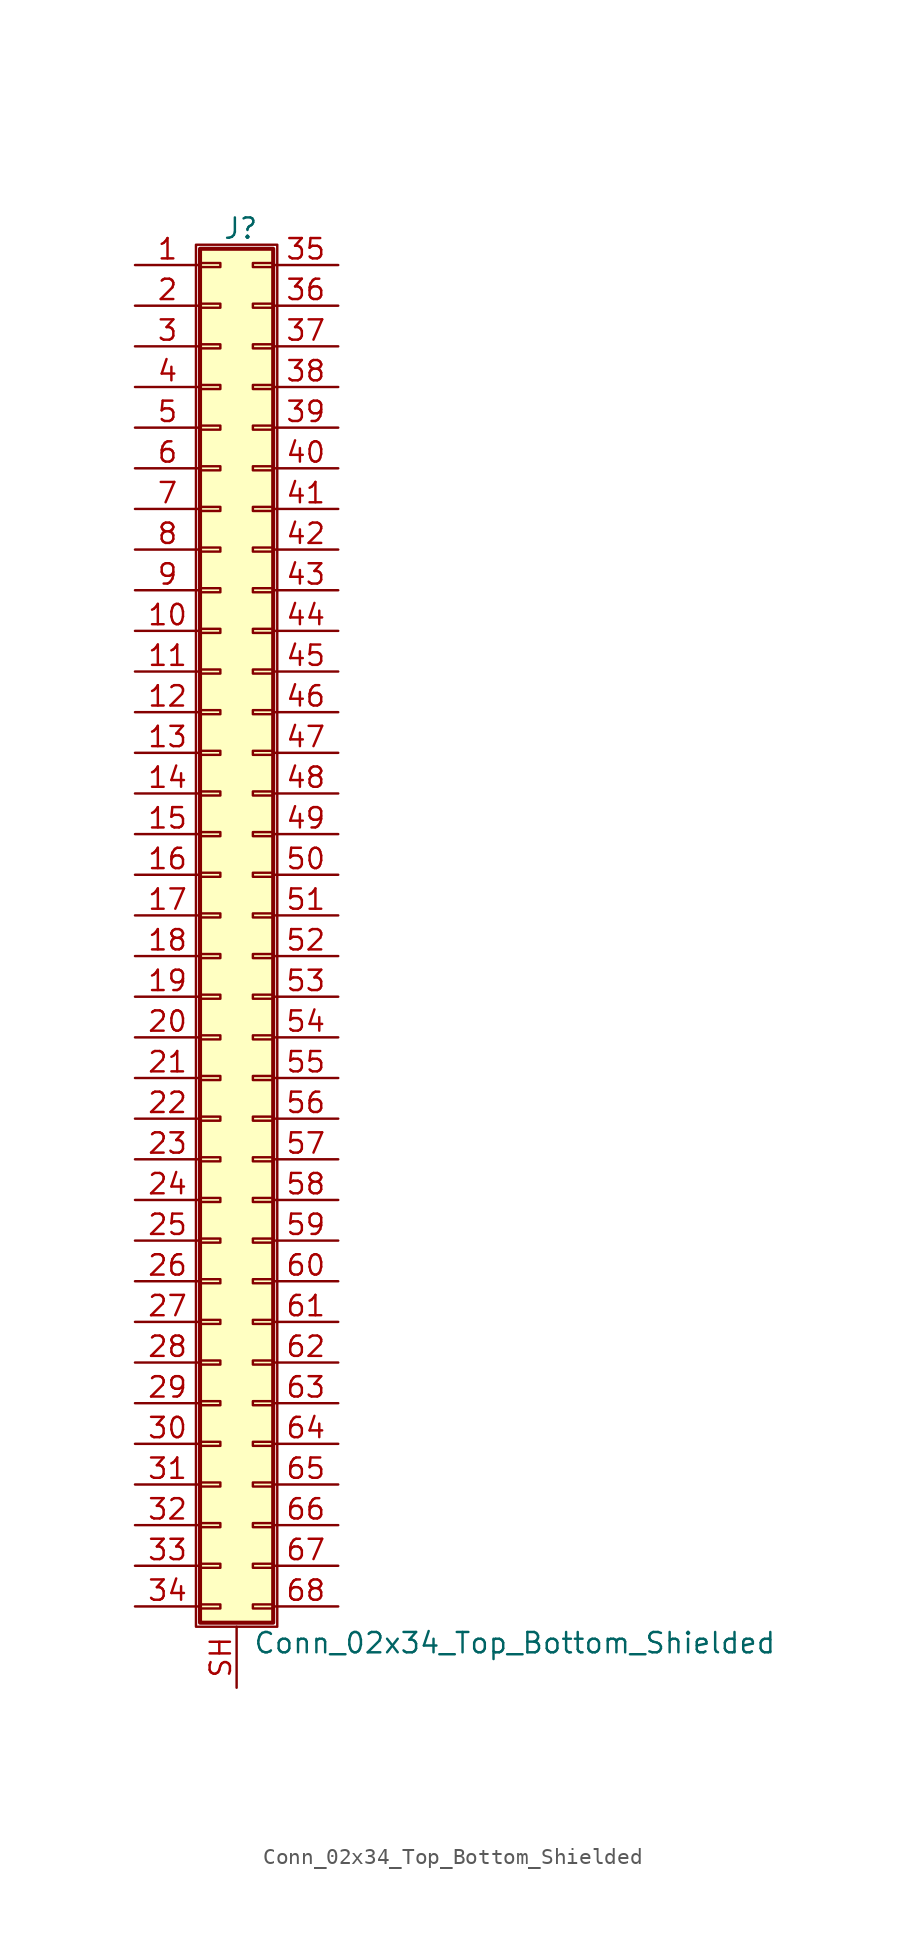
<source format=kicad_sym>
(kicad_symbol_lib
  (version 20211014)
  (generator kicad_symbol_editor)
  (symbol "Conn_02x34_Top_Bottom_Shielded"
    (pin_names
      (offset 1.016) hide)
    (property "Reference" "J"
      (at 1.524 42.926 0)
      (effects (font (size 1.27 1.27))))
    (property "Value" "Conn_02x34_Top_Bottom_Shielded"
      (at 2.286 -45.466 0)
      (effects (font (size 1.27 1.27)) (justify left)))
    (symbol "Conn_02x34_Top_Bottom_Shielded_1_1"
      (rectangle (start -1.27 41.91) (end 3.81 -44.45) (stroke (width 0.152) (type default) (color 0 0 0 0)) (fill (type none)))
      (rectangle (start -1.016 -43.053) (end 0.254 -43.307) (stroke (width 0.152) (type default) (color 0 0 0 0)) (fill (type none)))
      (rectangle (start -1.016 -40.513) (end 0.254 -40.767) (stroke (width 0.152) (type default) (color 0 0 0 0)) (fill (type none)))
      (rectangle (start -1.016 -37.973) (end 0.254 -38.227) (stroke (width 0.152) (type default) (color 0 0 0 0)) (fill (type none)))
      (rectangle (start -1.016 -35.433) (end 0.254 -35.687) (stroke (width 0.152) (type default) (color 0 0 0 0)) (fill (type none)))
      (rectangle (start -1.016 -32.893) (end 0.254 -33.147) (stroke (width 0.152) (type default) (color 0 0 0 0)) (fill (type none)))
      (rectangle (start -1.016 -30.353) (end 0.254 -30.607) (stroke (width 0.152) (type default) (color 0 0 0 0)) (fill (type none)))
      (rectangle (start -1.016 -27.813) (end 0.254 -28.067) (stroke (width 0.152) (type default) (color 0 0 0 0)) (fill (type none)))
      (rectangle (start -1.016 -25.273) (end 0.254 -25.527) (stroke (width 0.152) (type default) (color 0 0 0 0)) (fill (type none)))
      (rectangle (start -1.016 -22.733) (end 0.254 -22.987) (stroke (width 0.152) (type default) (color 0 0 0 0)) (fill (type none)))
      (rectangle (start -1.016 -20.193) (end 0.254 -20.447) (stroke (width 0.152) (type default) (color 0 0 0 0)) (fill (type none)))
      (rectangle (start -1.016 -17.653) (end 0.254 -17.907) (stroke (width 0.152) (type default) (color 0 0 0 0)) (fill (type none)))
      (rectangle (start -1.016 -15.113) (end 0.254 -15.367) (stroke (width 0.152) (type default) (color 0 0 0 0)) (fill (type none)))
      (rectangle (start -1.016 -12.573) (end 0.254 -12.827) (stroke (width 0.152) (type default) (color 0 0 0 0)) (fill (type none)))
      (rectangle (start -1.016 -10.033) (end 0.254 -10.287) (stroke (width 0.152) (type default) (color 0 0 0 0)) (fill (type none)))
      (rectangle (start -1.016 -7.493) (end 0.254 -7.747) (stroke (width 0.152) (type default) (color 0 0 0 0)) (fill (type none)))
      (rectangle (start -1.016 -4.953) (end 0.254 -5.207) (stroke (width 0.152) (type default) (color 0 0 0 0)) (fill (type none)))
      (rectangle (start -1.016 -2.413) (end 0.254 -2.667) (stroke (width 0.152) (type default) (color 0 0 0 0)) (fill (type none)))
      (rectangle (start -1.016 0.127) (end 0.254 -0.127) (stroke (width 0.152) (type default) (color 0 0 0 0)) (fill (type none)))
      (rectangle (start -1.016 2.667) (end 0.254 2.413) (stroke (width 0.152) (type default) (color 0 0 0 0)) (fill (type none)))
      (rectangle (start -1.016 5.207) (end 0.254 4.953) (stroke (width 0.152) (type default) (color 0 0 0 0)) (fill (type none)))
      (rectangle (start -1.016 7.747) (end 0.254 7.493) (stroke (width 0.152) (type default) (color 0 0 0 0)) (fill (type none)))
      (rectangle (start -1.016 10.287) (end 0.254 10.033) (stroke (width 0.152) (type default) (color 0 0 0 0)) (fill (type none)))
      (rectangle (start -1.016 12.827) (end 0.254 12.573) (stroke (width 0.152) (type default) (color 0 0 0 0)) (fill (type none)))
      (rectangle (start -1.016 15.367) (end 0.254 15.113) (stroke (width 0.152) (type default) (color 0 0 0 0)) (fill (type none)))
      (rectangle (start -1.016 17.907) (end 0.254 17.653) (stroke (width 0.152) (type default) (color 0 0 0 0)) (fill (type none)))
      (rectangle (start -1.016 20.447) (end 0.254 20.193) (stroke (width 0.152) (type default) (color 0 0 0 0)) (fill (type none)))
      (rectangle (start -1.016 22.987) (end 0.254 22.733) (stroke (width 0.152) (type default) (color 0 0 0 0)) (fill (type none)))
      (rectangle (start -1.016 25.527) (end 0.254 25.273) (stroke (width 0.152) (type default) (color 0 0 0 0)) (fill (type none)))
      (rectangle (start -1.016 28.067) (end 0.254 27.813) (stroke (width 0.152) (type default) (color 0 0 0 0)) (fill (type none)))
      (rectangle (start -1.016 30.607) (end 0.254 30.353) (stroke (width 0.152) (type default) (color 0 0 0 0)) (fill (type none)))
      (rectangle (start -1.016 33.147) (end 0.254 32.893) (stroke (width 0.152) (type default) (color 0 0 0 0)) (fill (type none)))
      (rectangle (start -1.016 35.687) (end 0.254 35.433) (stroke (width 0.152) (type default) (color 0 0 0 0)) (fill (type none)))
      (rectangle (start -1.016 38.227) (end 0.254 37.973) (stroke (width 0.152) (type default) (color 0 0 0 0)) (fill (type none)))
      (rectangle (start -1.016 40.767) (end 0.254 40.513) (stroke (width 0.152) (type default) (color 0 0 0 0)) (fill (type none)))
      (rectangle (start -1.016 41.656) (end 3.556 -44.196) (stroke (width 0.254) (type default) (color 0 0 0 0)) (fill (type background)))
      (rectangle (start 3.556 -43.053) (end 2.286 -43.307) (stroke (width 0.152) (type default) (color 0 0 0 0)) (fill (type none)))
      (rectangle (start 3.556 -40.513) (end 2.286 -40.767) (stroke (width 0.152) (type default) (color 0 0 0 0)) (fill (type none)))
      (rectangle (start 3.556 -37.973) (end 2.286 -38.227) (stroke (width 0.152) (type default) (color 0 0 0 0)) (fill (type none)))
      (rectangle (start 3.556 -35.433) (end 2.286 -35.687) (stroke (width 0.152) (type default) (color 0 0 0 0)) (fill (type none)))
      (rectangle (start 3.556 -32.893) (end 2.286 -33.147) (stroke (width 0.152) (type default) (color 0 0 0 0)) (fill (type none)))
      (rectangle (start 3.556 -30.353) (end 2.286 -30.607) (stroke (width 0.152) (type default) (color 0 0 0 0)) (fill (type none)))
      (rectangle (start 3.556 -27.813) (end 2.286 -28.067) (stroke (width 0.152) (type default) (color 0 0 0 0)) (fill (type none)))
      (rectangle (start 3.556 -25.273) (end 2.286 -25.527) (stroke (width 0.152) (type default) (color 0 0 0 0)) (fill (type none)))
      (rectangle (start 3.556 -22.733) (end 2.286 -22.987) (stroke (width 0.152) (type default) (color 0 0 0 0)) (fill (type none)))
      (rectangle (start 3.556 -20.193) (end 2.286 -20.447) (stroke (width 0.152) (type default) (color 0 0 0 0)) (fill (type none)))
      (rectangle (start 3.556 -17.653) (end 2.286 -17.907) (stroke (width 0.152) (type default) (color 0 0 0 0)) (fill (type none)))
      (rectangle (start 3.556 -15.113) (end 2.286 -15.367) (stroke (width 0.152) (type default) (color 0 0 0 0)) (fill (type none)))
      (rectangle (start 3.556 -12.573) (end 2.286 -12.827) (stroke (width 0.152) (type default) (color 0 0 0 0)) (fill (type none)))
      (rectangle (start 3.556 -10.033) (end 2.286 -10.287) (stroke (width 0.152) (type default) (color 0 0 0 0)) (fill (type none)))
      (rectangle (start 3.556 -7.493) (end 2.286 -7.747) (stroke (width 0.152) (type default) (color 0 0 0 0)) (fill (type none)))
      (rectangle (start 3.556 -4.953) (end 2.286 -5.207) (stroke (width 0.152) (type default) (color 0 0 0 0)) (fill (type none)))
      (rectangle (start 3.556 -2.413) (end 2.286 -2.667) (stroke (width 0.152) (type default) (color 0 0 0 0)) (fill (type none)))
      (rectangle (start 3.556 0.127) (end 2.286 -0.127) (stroke (width 0.152) (type default) (color 0 0 0 0)) (fill (type none)))
      (rectangle (start 3.556 2.667) (end 2.286 2.413) (stroke (width 0.152) (type default) (color 0 0 0 0)) (fill (type none)))
      (rectangle (start 3.556 5.207) (end 2.286 4.953) (stroke (width 0.152) (type default) (color 0 0 0 0)) (fill (type none)))
      (rectangle (start 3.556 7.747) (end 2.286 7.493) (stroke (width 0.152) (type default) (color 0 0 0 0)) (fill (type none)))
      (rectangle (start 3.556 10.287) (end 2.286 10.033) (stroke (width 0.152) (type default) (color 0 0 0 0)) (fill (type none)))
      (rectangle (start 3.556 12.827) (end 2.286 12.573) (stroke (width 0.152) (type default) (color 0 0 0 0)) (fill (type none)))
      (rectangle (start 3.556 15.367) (end 2.286 15.113) (stroke (width 0.152) (type default) (color 0 0 0 0)) (fill (type none)))
      (rectangle (start 3.556 17.907) (end 2.286 17.653) (stroke (width 0.152) (type default) (color 0 0 0 0)) (fill (type none)))
      (rectangle (start 3.556 20.447) (end 2.286 20.193) (stroke (width 0.152) (type default) (color 0 0 0 0)) (fill (type none)))
      (rectangle (start 3.556 22.987) (end 2.286 22.733) (stroke (width 0.152) (type default) (color 0 0 0 0)) (fill (type none)))
      (rectangle (start 3.556 25.527) (end 2.286 25.273) (stroke (width 0.152) (type default) (color 0 0 0 0)) (fill (type none)))
      (rectangle (start 3.556 28.067) (end 2.286 27.813) (stroke (width 0.152) (type default) (color 0 0 0 0)) (fill (type none)))
      (rectangle (start 3.556 30.607) (end 2.286 30.353) (stroke (width 0.152) (type default) (color 0 0 0 0)) (fill (type none)))
      (rectangle (start 3.556 33.147) (end 2.286 32.893) (stroke (width 0.152) (type default) (color 0 0 0 0)) (fill (type none)))
      (rectangle (start 3.556 35.687) (end 2.286 35.433) (stroke (width 0.152) (type default) (color 0 0 0 0)) (fill (type none)))
      (rectangle (start 3.556 38.227) (end 2.286 37.973) (stroke (width 0.152) (type default) (color 0 0 0 0)) (fill (type none)))
      (rectangle (start 3.556 40.767) (end 2.286 40.513) (stroke (width 0.152) (type default) (color 0 0 0 0)) (fill (type none)))
      (pin passive line (at -5.08 40.64 0) (length 4.064) (name "Pin_1" (effects (font (size 1.27 1.27)))) (number "1" (effects (font (size 1.27 1.27)))))
      (pin passive line (at -5.08 17.78 0) (length 4.064) (name "Pin_10" (effects (font (size 1.27 1.27)))) (number "10" (effects (font (size 1.27 1.27)))))
      (pin passive line (at -5.08 15.24 0) (length 4.064) (name "Pin_11" (effects (font (size 1.27 1.27)))) (number "11" (effects (font (size 1.27 1.27)))))
      (pin passive line (at -5.08 12.7 0) (length 4.064) (name "Pin_12" (effects (font (size 1.27 1.27)))) (number "12" (effects (font (size 1.27 1.27)))))
      (pin passive line (at -5.08 10.16 0) (length 4.064) (name "Pin_13" (effects (font (size 1.27 1.27)))) (number "13" (effects (font (size 1.27 1.27)))))
      (pin passive line (at -5.08 7.62 0) (length 4.064) (name "Pin_14" (effects (font (size 1.27 1.27)))) (number "14" (effects (font (size 1.27 1.27)))))
      (pin passive line (at -5.08 5.08 0) (length 4.064) (name "Pin_15" (effects (font (size 1.27 1.27)))) (number "15" (effects (font (size 1.27 1.27)))))
      (pin passive line (at -5.08 2.54 0) (length 4.064) (name "Pin_16" (effects (font (size 1.27 1.27)))) (number "16" (effects (font (size 1.27 1.27)))))
      (pin passive line (at -5.08 0 0) (length 4.064) (name "Pin_17" (effects (font (size 1.27 1.27)))) (number "17" (effects (font (size 1.27 1.27)))))
      (pin passive line (at -5.08 -2.54 0) (length 4.064) (name "Pin_18" (effects (font (size 1.27 1.27)))) (number "18" (effects (font (size 1.27 1.27)))))
      (pin passive line (at -5.08 -5.08 0) (length 4.064) (name "Pin_19" (effects (font (size 1.27 1.27)))) (number "19" (effects (font (size 1.27 1.27)))))
      (pin passive line (at -5.08 38.1 0) (length 4.064) (name "Pin_2" (effects (font (size 1.27 1.27)))) (number "2" (effects (font (size 1.27 1.27)))))
      (pin passive line (at -5.08 -7.62 0) (length 4.064) (name "Pin_20" (effects (font (size 1.27 1.27)))) (number "20" (effects (font (size 1.27 1.27)))))
      (pin passive line (at -5.08 -10.16 0) (length 4.064) (name "Pin_21" (effects (font (size 1.27 1.27)))) (number "21" (effects (font (size 1.27 1.27)))))
      (pin passive line (at -5.08 -12.7 0) (length 4.064) (name "Pin_22" (effects (font (size 1.27 1.27)))) (number "22" (effects (font (size 1.27 1.27)))))
      (pin passive line (at -5.08 -15.24 0) (length 4.064) (name "Pin_23" (effects (font (size 1.27 1.27)))) (number "23" (effects (font (size 1.27 1.27)))))
      (pin passive line (at -5.08 -17.78 0) (length 4.064) (name "Pin_24" (effects (font (size 1.27 1.27)))) (number "24" (effects (font (size 1.27 1.27)))))
      (pin passive line (at -5.08 -20.32 0) (length 4.064) (name "Pin_25" (effects (font (size 1.27 1.27)))) (number "25" (effects (font (size 1.27 1.27)))))
      (pin passive line (at -5.08 -22.86 0) (length 4.064) (name "Pin_26" (effects (font (size 1.27 1.27)))) (number "26" (effects (font (size 1.27 1.27)))))
      (pin passive line (at -5.08 -25.4 0) (length 4.064) (name "Pin_27" (effects (font (size 1.27 1.27)))) (number "27" (effects (font (size 1.27 1.27)))))
      (pin passive line (at -5.08 -27.94 0) (length 4.064) (name "Pin_28" (effects (font (size 1.27 1.27)))) (number "28" (effects (font (size 1.27 1.27)))))
      (pin passive line (at -5.08 -30.48 0) (length 4.064) (name "Pin_29" (effects (font (size 1.27 1.27)))) (number "29" (effects (font (size 1.27 1.27)))))
      (pin passive line (at -5.08 35.56 0) (length 4.064) (name "Pin_3" (effects (font (size 1.27 1.27)))) (number "3" (effects (font (size 1.27 1.27)))))
      (pin passive line (at -5.08 -33.02 0) (length 4.064) (name "Pin_30" (effects (font (size 1.27 1.27)))) (number "30" (effects (font (size 1.27 1.27)))))
      (pin passive line (at -5.08 -35.56 0) (length 4.064) (name "Pin_31" (effects (font (size 1.27 1.27)))) (number "31" (effects (font (size 1.27 1.27)))))
      (pin passive line (at -5.08 -38.1 0) (length 4.064) (name "Pin_32" (effects (font (size 1.27 1.27)))) (number "32" (effects (font (size 1.27 1.27)))))
      (pin passive line (at -5.08 -40.64 0) (length 4.064) (name "Pin_33" (effects (font (size 1.27 1.27)))) (number "33" (effects (font (size 1.27 1.27)))))
      (pin passive line (at -5.08 -43.18 0) (length 4.064) (name "Pin_34" (effects (font (size 1.27 1.27)))) (number "34" (effects (font (size 1.27 1.27)))))
      (pin passive line (at 7.62 40.64 180) (length 4.064) (name "Pin_35" (effects (font (size 1.27 1.27)))) (number "35" (effects (font (size 1.27 1.27)))))
      (pin passive line (at 7.62 38.1 180) (length 4.064) (name "Pin_36" (effects (font (size 1.27 1.27)))) (number "36" (effects (font (size 1.27 1.27)))))
      (pin passive line (at 7.62 35.56 180) (length 4.064) (name "Pin_37" (effects (font (size 1.27 1.27)))) (number "37" (effects (font (size 1.27 1.27)))))
      (pin passive line (at 7.62 33.02 180) (length 4.064) (name "Pin_38" (effects (font (size 1.27 1.27)))) (number "38" (effects (font (size 1.27 1.27)))))
      (pin passive line (at 7.62 30.48 180) (length 4.064) (name "Pin_39" (effects (font (size 1.27 1.27)))) (number "39" (effects (font (size 1.27 1.27)))))
      (pin passive line (at -5.08 33.02 0) (length 4.064) (name "Pin_4" (effects (font (size 1.27 1.27)))) (number "4" (effects (font (size 1.27 1.27)))))
      (pin passive line (at 7.62 27.94 180) (length 4.064) (name "Pin_40" (effects (font (size 1.27 1.27)))) (number "40" (effects (font (size 1.27 1.27)))))
      (pin passive line (at 7.62 25.4 180) (length 4.064) (name "Pin_41" (effects (font (size 1.27 1.27)))) (number "41" (effects (font (size 1.27 1.27)))))
      (pin passive line (at 7.62 22.86 180) (length 4.064) (name "Pin_42" (effects (font (size 1.27 1.27)))) (number "42" (effects (font (size 1.27 1.27)))))
      (pin passive line (at 7.62 20.32 180) (length 4.064) (name "Pin_43" (effects (font (size 1.27 1.27)))) (number "43" (effects (font (size 1.27 1.27)))))
      (pin passive line (at 7.62 17.78 180) (length 4.064) (name "Pin_44" (effects (font (size 1.27 1.27)))) (number "44" (effects (font (size 1.27 1.27)))))
      (pin passive line (at 7.62 15.24 180) (length 4.064) (name "Pin_45" (effects (font (size 1.27 1.27)))) (number "45" (effects (font (size 1.27 1.27)))))
      (pin passive line (at 7.62 12.7 180) (length 4.064) (name "Pin_46" (effects (font (size 1.27 1.27)))) (number "46" (effects (font (size 1.27 1.27)))))
      (pin passive line (at 7.62 10.16 180) (length 4.064) (name "Pin_47" (effects (font (size 1.27 1.27)))) (number "47" (effects (font (size 1.27 1.27)))))
      (pin passive line (at 7.62 7.62 180) (length 4.064) (name "Pin_48" (effects (font (size 1.27 1.27)))) (number "48" (effects (font (size 1.27 1.27)))))
      (pin passive line (at 7.62 5.08 180) (length 4.064) (name "Pin_49" (effects (font (size 1.27 1.27)))) (number "49" (effects (font (size 1.27 1.27)))))
      (pin passive line (at -5.08 30.48 0) (length 4.064) (name "Pin_5" (effects (font (size 1.27 1.27)))) (number "5" (effects (font (size 1.27 1.27)))))
      (pin passive line (at 7.62 2.54 180) (length 4.064) (name "Pin_50" (effects (font (size 1.27 1.27)))) (number "50" (effects (font (size 1.27 1.27)))))
      (pin passive line (at 7.62 0 180) (length 4.064) (name "Pin_51" (effects (font (size 1.27 1.27)))) (number "51" (effects (font (size 1.27 1.27)))))
      (pin passive line (at 7.62 -2.54 180) (length 4.064) (name "Pin_52" (effects (font (size 1.27 1.27)))) (number "52" (effects (font (size 1.27 1.27)))))
      (pin passive line (at 7.62 -5.08 180) (length 4.064) (name "Pin_53" (effects (font (size 1.27 1.27)))) (number "53" (effects (font (size 1.27 1.27)))))
      (pin passive line (at 7.62 -7.62 180) (length 4.064) (name "Pin_54" (effects (font (size 1.27 1.27)))) (number "54" (effects (font (size 1.27 1.27)))))
      (pin passive line (at 7.62 -10.16 180) (length 4.064) (name "Pin_55" (effects (font (size 1.27 1.27)))) (number "55" (effects (font (size 1.27 1.27)))))
      (pin passive line (at 7.62 -12.7 180) (length 4.064) (name "Pin_56" (effects (font (size 1.27 1.27)))) (number "56" (effects (font (size 1.27 1.27)))))
      (pin passive line (at 7.62 -15.24 180) (length 4.064) (name "Pin_57" (effects (font (size 1.27 1.27)))) (number "57" (effects (font (size 1.27 1.27)))))
      (pin passive line (at 7.62 -17.78 180) (length 4.064) (name "Pin_58" (effects (font (size 1.27 1.27)))) (number "58" (effects (font (size 1.27 1.27)))))
      (pin passive line (at 7.62 -20.32 180) (length 4.064) (name "Pin_59" (effects (font (size 1.27 1.27)))) (number "59" (effects (font (size 1.27 1.27)))))
      (pin passive line (at -5.08 27.94 0) (length 4.064) (name "Pin_6" (effects (font (size 1.27 1.27)))) (number "6" (effects (font (size 1.27 1.27)))))
      (pin passive line (at 7.62 -22.86 180) (length 4.064) (name "Pin_60" (effects (font (size 1.27 1.27)))) (number "60" (effects (font (size 1.27 1.27)))))
      (pin passive line (at 7.62 -25.4 180) (length 4.064) (name "Pin_61" (effects (font (size 1.27 1.27)))) (number "61" (effects (font (size 1.27 1.27)))))
      (pin passive line (at 7.62 -27.94 180) (length 4.064) (name "Pin_62" (effects (font (size 1.27 1.27)))) (number "62" (effects (font (size 1.27 1.27)))))
      (pin passive line (at 7.62 -30.48 180) (length 4.064) (name "Pin_63" (effects (font (size 1.27 1.27)))) (number "63" (effects (font (size 1.27 1.27)))))
      (pin passive line (at 7.62 -33.02 180) (length 4.064) (name "Pin_64" (effects (font (size 1.27 1.27)))) (number "64" (effects (font (size 1.27 1.27)))))
      (pin passive line (at 7.62 -35.56 180) (length 4.064) (name "Pin_65" (effects (font (size 1.27 1.27)))) (number "65" (effects (font (size 1.27 1.27)))))
      (pin passive line (at 7.62 -38.1 180) (length 4.064) (name "Pin_66" (effects (font (size 1.27 1.27)))) (number "66" (effects (font (size 1.27 1.27)))))
      (pin passive line (at 7.62 -40.64 180) (length 4.064) (name "Pin_67" (effects (font (size 1.27 1.27)))) (number "67" (effects (font (size 1.27 1.27)))))
      (pin passive line (at 7.62 -43.18 180) (length 4.064) (name "Pin_68" (effects (font (size 1.27 1.27)))) (number "68" (effects (font (size 1.27 1.27)))))
      (pin passive line (at -5.08 25.4 0) (length 4.064) (name "Pin_7" (effects (font (size 1.27 1.27)))) (number "7" (effects (font (size 1.27 1.27)))))
      (pin passive line (at -5.08 22.86 0) (length 4.064) (name "Pin_8" (effects (font (size 1.27 1.27)))) (number "8" (effects (font (size 1.27 1.27)))))
      (pin passive line (at -5.08 20.32 0) (length 4.064) (name "Pin_9" (effects (font (size 1.27 1.27)))) (number "9" (effects (font (size 1.27 1.27)))))
      (pin passive line (at 1.27 -48.26 90) (length 3.81) (name "Shield" (effects (font (size 1.27 1.27)))) (number "SH" (effects (font (size 1.27 1.27))))))))
</source>
